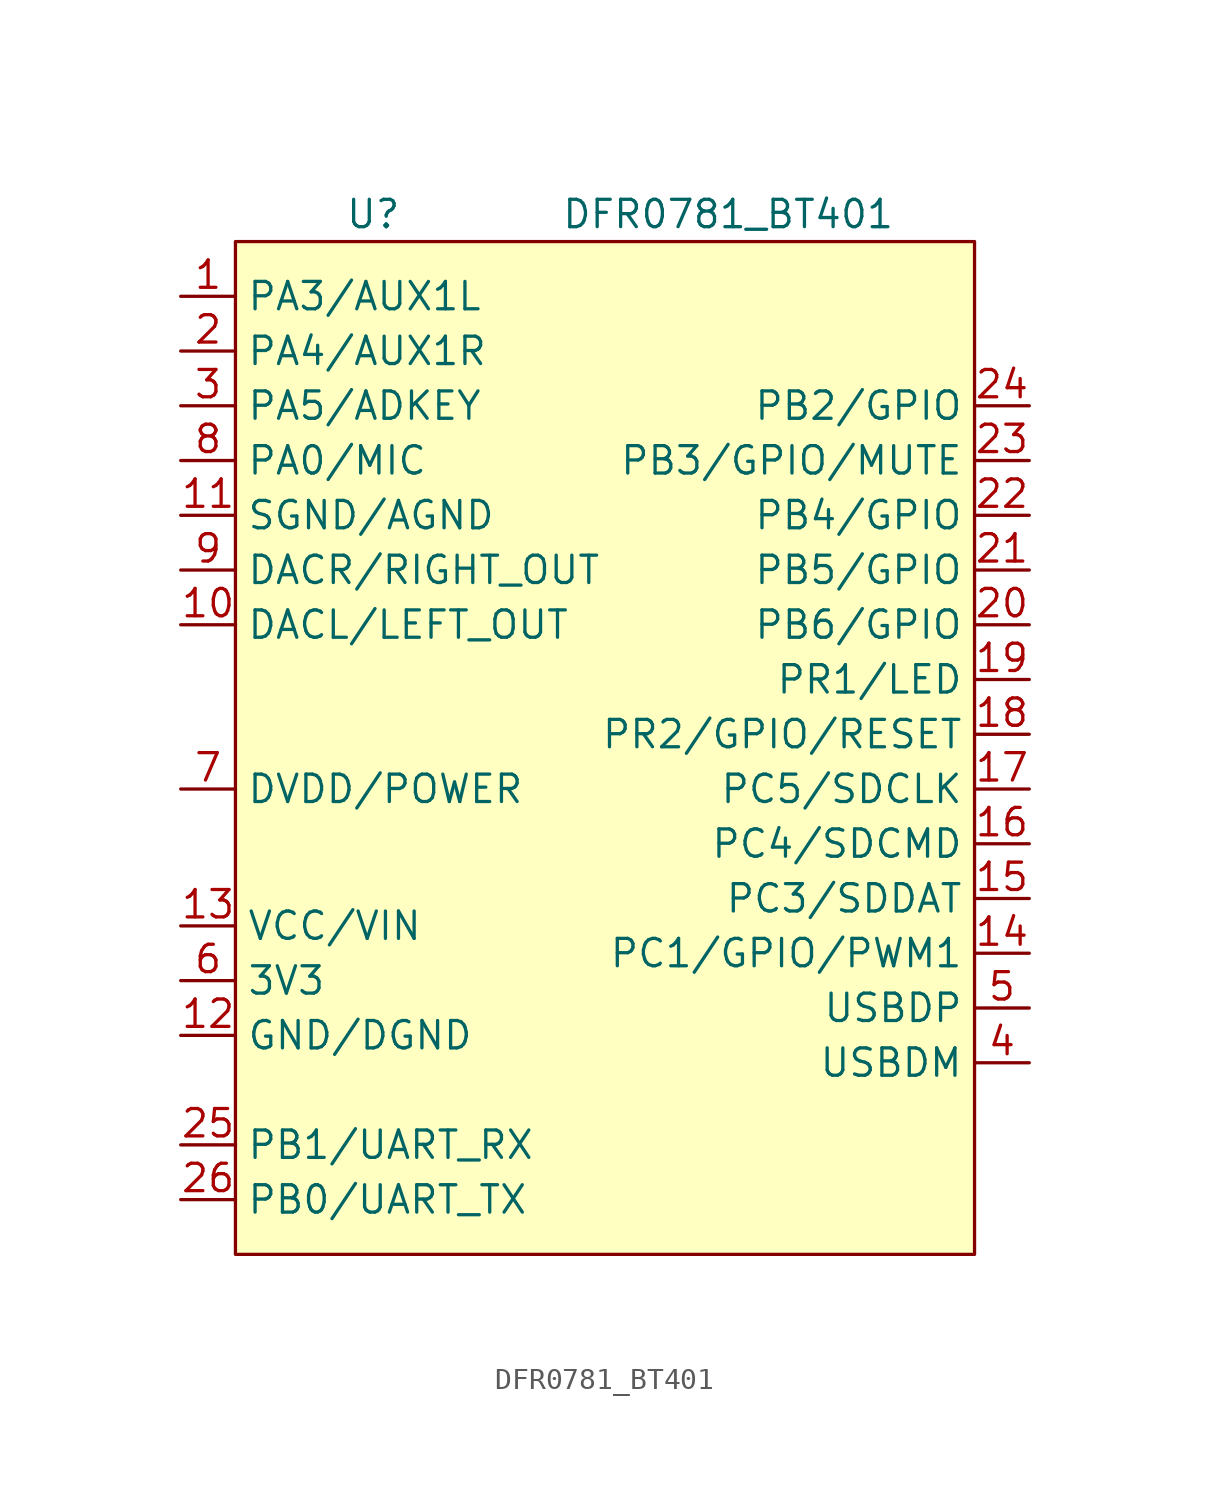
<source format=kicad_sym>
(kicad_symbol_lib
  (version 20220914)
  (generator kicad_symbol_editor)
  (symbol "DFR0781_BT401"
    (property "Reference" "U"
      (at -11.43 24.13 0)
      (effects (font (size 1.27 1.27)) (justify left)))
    (property "Value" "DFR0781_BT401"
      (at 6.35 24.13 0)
      (effects (font (size 1.27 1.27))))
    (symbol "DFR0781_BT401_1_1"
      (rectangle (start -16.51 22.86) (end 17.78 -24.13) (stroke (width 0) (type default)) (fill (type background)))
      (pin input line (at -19.05 20.32 0) (length 2.54) (name "PA3/AUX1L" (effects (font (size 1.27 1.27)))) (number "1" (effects (font (size 1.27 1.27)))))
      (pin input line (at -19.05 5.08 0) (length 2.54) (name "DACL/LEFT_OUT" (effects (font (size 1.27 1.27)))) (number "10" (effects (font (size 1.27 1.27)))))
      (pin power_out line (at -19.05 10.16 0) (length 2.54) (name "SGND/AGND" (effects (font (size 1.27 1.27)))) (number "11" (effects (font (size 1.27 1.27)))))
      (pin power_in line (at -19.05 -13.97 0) (length 2.54) (name "GND/DGND" (effects (font (size 1.27 1.27)))) (number "12" (effects (font (size 1.27 1.27)))))
      (pin power_in line (at -19.05 -8.89 0) (length 2.54) (name "VCC/VIN" (effects (font (size 1.27 1.27)))) (number "13" (effects (font (size 1.27 1.27)))))
      (pin input line (at 20.32 -10.16 180) (length 2.54) (name "PC1/GPIO/PWM1" (effects (font (size 1.27 1.27)))) (number "14" (effects (font (size 1.27 1.27)))))
      (pin bidirectional line (at 20.32 -7.62 180) (length 2.54) (name "PC3/SDDAT" (effects (font (size 1.27 1.27)))) (number "15" (effects (font (size 1.27 1.27)))))
      (pin bidirectional line (at 20.32 -5.08 180) (length 2.54) (name "PC4/SDCMD" (effects (font (size 1.27 1.27)))) (number "16" (effects (font (size 1.27 1.27)))))
      (pin bidirectional line (at 20.32 -2.54 180) (length 2.54) (name "PC5/SDCLK" (effects (font (size 1.27 1.27)))) (number "17" (effects (font (size 1.27 1.27)))))
      (pin input line (at 20.32 0 180) (length 2.54) (name "PR2/GPIO/RESET" (effects (font (size 1.27 1.27)))) (number "18" (effects (font (size 1.27 1.27)))))
      (pin output line (at 20.32 2.54 180) (length 2.54) (name "PR1/LED" (effects (font (size 1.27 1.27)))) (number "19" (effects (font (size 1.27 1.27)))))
      (pin input line (at -19.05 17.78 0) (length 2.54) (name "PA4/AUX1R" (effects (font (size 1.27 1.27)))) (number "2" (effects (font (size 1.27 1.27)))))
      (pin bidirectional line (at 20.32 5.08 180) (length 2.54) (name "PB6/GPIO" (effects (font (size 1.27 1.27)))) (number "20" (effects (font (size 1.27 1.27)))))
      (pin bidirectional line (at 20.32 7.62 180) (length 2.54) (name "PB5/GPIO" (effects (font (size 1.27 1.27)))) (number "21" (effects (font (size 1.27 1.27)))))
      (pin bidirectional line (at 20.32 10.16 180) (length 2.54) (name "PB4/GPIO" (effects (font (size 1.27 1.27)))) (number "22" (effects (font (size 1.27 1.27)))))
      (pin bidirectional line (at 20.32 12.7 180) (length 2.54) (name "PB3/GPIO/MUTE" (effects (font (size 1.27 1.27)))) (number "23" (effects (font (size 1.27 1.27)))))
      (pin bidirectional line (at 20.32 15.24 180) (length 2.54) (name "PB2/GPIO" (effects (font (size 1.27 1.27)))) (number "24" (effects (font (size 1.27 1.27)))))
      (pin input line (at -19.05 -19.05 0) (length 2.54) (name "PB1/UART_RX" (effects (font (size 1.27 1.27)))) (number "25" (effects (font (size 1.27 1.27)))))
      (pin output line (at -19.05 -21.59 0) (length 2.54) (name "PB0/UART_TX" (effects (font (size 1.27 1.27)))) (number "26" (effects (font (size 1.27 1.27)))))
      (pin input line (at -19.05 15.24 0) (length 2.54) (name "PA5/ADKEY" (effects (font (size 1.27 1.27)))) (number "3" (effects (font (size 1.27 1.27)))))
      (pin input line (at 20.32 -15.24 180) (length 2.54) (name "USBDM" (effects (font (size 1.27 1.27)))) (number "4" (effects (font (size 1.27 1.27)))))
      (pin input line (at 20.32 -12.7 180) (length 2.54) (name "USBDP" (effects (font (size 1.27 1.27)))) (number "5" (effects (font (size 1.27 1.27)))))
      (pin power_out line (at -19.05 -11.43 0) (length 2.54) (name "3V3" (effects (font (size 1.27 1.27)))) (number "6" (effects (font (size 1.27 1.27)))))
      (pin passive line (at -19.05 -2.54 0) (length 2.54) (name "DVDD/POWER" (effects (font (size 1.27 1.27)))) (number "7" (effects (font (size 1.27 1.27)))))
      (pin input line (at -19.05 12.7 0) (length 2.54) (name "PA0/MIC" (effects (font (size 1.27 1.27)))) (number "8" (effects (font (size 1.27 1.27)))))
      (pin input line (at -19.05 7.62 0) (length 2.54) (name "DACR/RIGHT_OUT" (effects (font (size 1.27 1.27)))) (number "9" (effects (font (size 1.27 1.27))))))))
</source>
